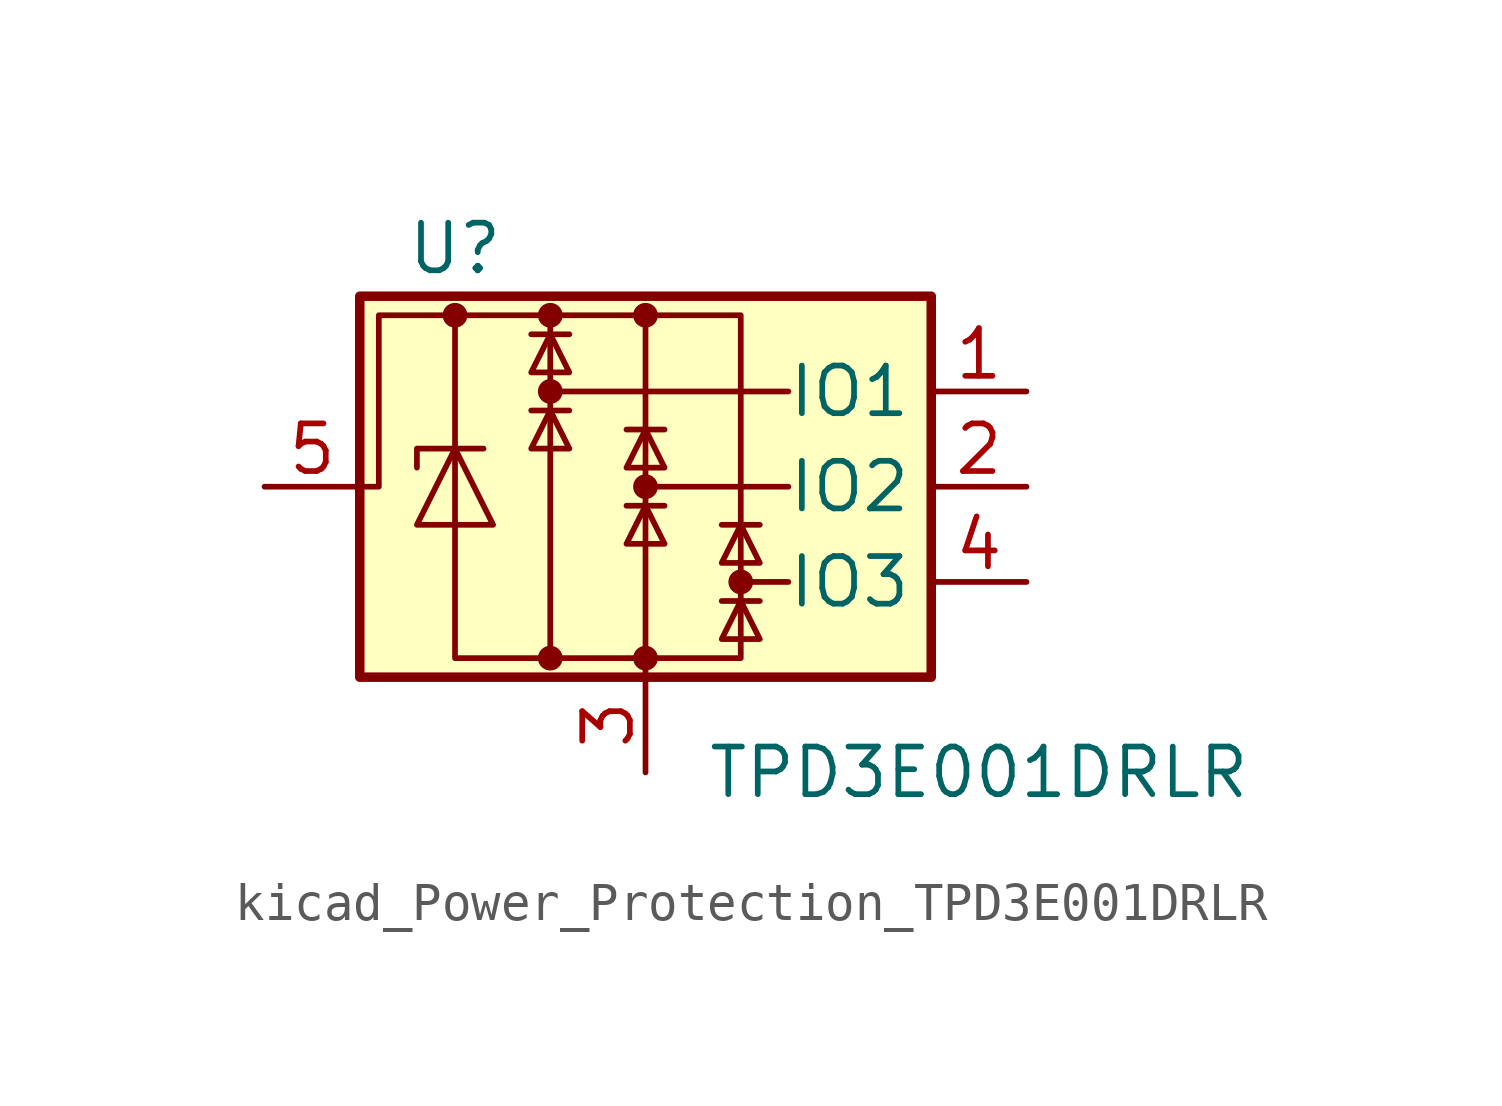
<source format=kicad_sym>
(kicad_symbol_lib
  (version 20220914)
  (generator kicad_symbol_editor)
  (symbol "kicad_Power_Protection_TPD3E001DRLR"
    (property "Reference" "U"
      (at -5.08 6.35 0)
      (effects (font (size 1.27 1.27))))
    (property "Value" "TPD3E001DRLR"
      (at 8.89 -7.62 0)
      (effects (font (size 1.27 1.27))))
    (symbol "kicad_Power_Protection_TPD3E001DRLR_0_1"
      (rectangle (start -7.62 5.08) (end 7.62 -5.08) (stroke (width 0.254) (type default)) (fill (type background)))
      (circle (center -5.08 4.572) (radius 0.254) (stroke (width 0) (type default)) (fill (type outline)))
      (circle (center -2.54 -4.572) (radius 0.254) (stroke (width 0) (type default)) (fill (type outline)))
      (circle (center -2.54 2.54) (radius 0.254) (stroke (width 0) (type default)) (fill (type outline)))
      (circle (center -2.54 4.572) (radius 0.254) (stroke (width 0) (type default)) (fill (type outline)))
      (circle (center 0 -4.572) (radius 0.254) (stroke (width 0) (type default)) (fill (type outline)))
      (polyline (pts (xy -2.54 2.54) (xy 3.81 2.54)) (stroke (width 0) (type default)) (fill (type none)))
      (polyline (pts (xy -2.54 4.572) (xy -2.54 -4.572)) (stroke (width 0) (type default)) (fill (type none)))
      (polyline (pts (xy -2.032 2.032) (xy -3.048 2.032)) (stroke (width 0) (type default)) (fill (type none)))
      (polyline (pts (xy -2.032 4.064) (xy -3.048 4.064)) (stroke (width 0) (type default)) (fill (type none)))
      (polyline (pts (xy 0 -5.08) (xy 0 4.572)) (stroke (width 0) (type default)) (fill (type none)))
      (polyline (pts (xy 0 0) (xy 3.81 0)) (stroke (width 0) (type default)) (fill (type none)))
      (polyline (pts (xy 0.508 -0.508) (xy -0.508 -0.508)) (stroke (width 0) (type default)) (fill (type none)))
      (polyline (pts (xy 0.508 1.524) (xy -0.508 1.524)) (stroke (width 0) (type default)) (fill (type none)))
      (polyline (pts (xy 2.54 -2.54) (xy 3.81 -2.54)) (stroke (width 0) (type default)) (fill (type none)))
      (polyline (pts (xy 3.048 -3.048) (xy 2.032 -3.048)) (stroke (width 0) (type default)) (fill (type none)))
      (polyline (pts (xy 3.048 -1.016) (xy 2.032 -1.016)) (stroke (width 0) (type default)) (fill (type none)))
      (polyline (pts (xy -4.318 1.016) (xy -6.096 1.016) (xy -6.096 0.508)) (stroke (width 0) (type default)) (fill (type none)))
      (polyline (pts (xy -7.62 0) (xy -7.112 0) (xy -7.112 4.572) (xy -5.08 4.572)) (stroke (width 0) (type default)) (fill (type none)))
      (polyline (pts (xy -5.08 1.016) (xy -6.096 -1.016) (xy -4.064 -1.016) (xy -5.08 1.016)) (stroke (width 0) (type default)) (fill (type none)))
      (polyline (pts (xy -2.54 2.032) (xy -3.048 1.016) (xy -2.032 1.016) (xy -2.54 2.032)) (stroke (width 0) (type default)) (fill (type none)))
      (polyline (pts (xy -2.54 4.064) (xy -3.048 3.048) (xy -2.032 3.048) (xy -2.54 4.064)) (stroke (width 0) (type default)) (fill (type none)))
      (polyline (pts (xy 0 -0.508) (xy -0.508 -1.524) (xy 0.508 -1.524) (xy 0 -0.508)) (stroke (width 0) (type default)) (fill (type none)))
      (polyline (pts (xy 0 1.524) (xy -0.508 0.508) (xy 0.508 0.508) (xy 0 1.524)) (stroke (width 0) (type default)) (fill (type none)))
      (polyline (pts (xy 2.54 -3.048) (xy 2.032 -4.064) (xy 3.048 -4.064) (xy 2.54 -3.048)) (stroke (width 0) (type default)) (fill (type none)))
      (polyline (pts (xy 2.54 -1.016) (xy 2.032 -2.032) (xy 3.048 -2.032) (xy 2.54 -1.016)) (stroke (width 0) (type default)) (fill (type none)))
      (circle (center 0 0) (radius 0.254) (stroke (width 0) (type default)) (fill (type outline)))
      (circle (center 0 4.572) (radius 0.254) (stroke (width 0) (type default)) (fill (type outline)))
      (rectangle (start 2.54 -4.572) (end -5.08 4.572) (stroke (width 0) (type default)) (fill (type none)))
      (circle (center 2.54 -2.54) (radius 0.254) (stroke (width 0) (type default)) (fill (type outline))))
    (symbol "kicad_Power_Protection_TPD3E001DRLR_1_1"
      (pin passive line (at 10.16 2.54 180) (length 2.54) (name "IO1" (effects (font (size 1.27 1.27)))) (number "1" (effects (font (size 1.27 1.27)))))
      (pin passive line (at 10.16 0 180) (length 2.54) (name "IO2" (effects (font (size 1.27 1.27)))) (number "2" (effects (font (size 1.27 1.27)))))
      (pin passive line (at 0 -7.62 90) (length 2.54) (name "~" (effects (font (size 1.27 1.27)))) (number "3" (effects (font (size 1.27 1.27)))))
      (pin passive line (at 10.16 -2.54 180) (length 2.54) (name "IO3" (effects (font (size 1.27 1.27)))) (number "4" (effects (font (size 1.27 1.27)))))
      (pin passive line (at -10.16 0 0) (length 2.54) (name "~" (effects (font (size 1.27 1.27)))) (number "5" (effects (font (size 1.27 1.27))))))))
</source>
